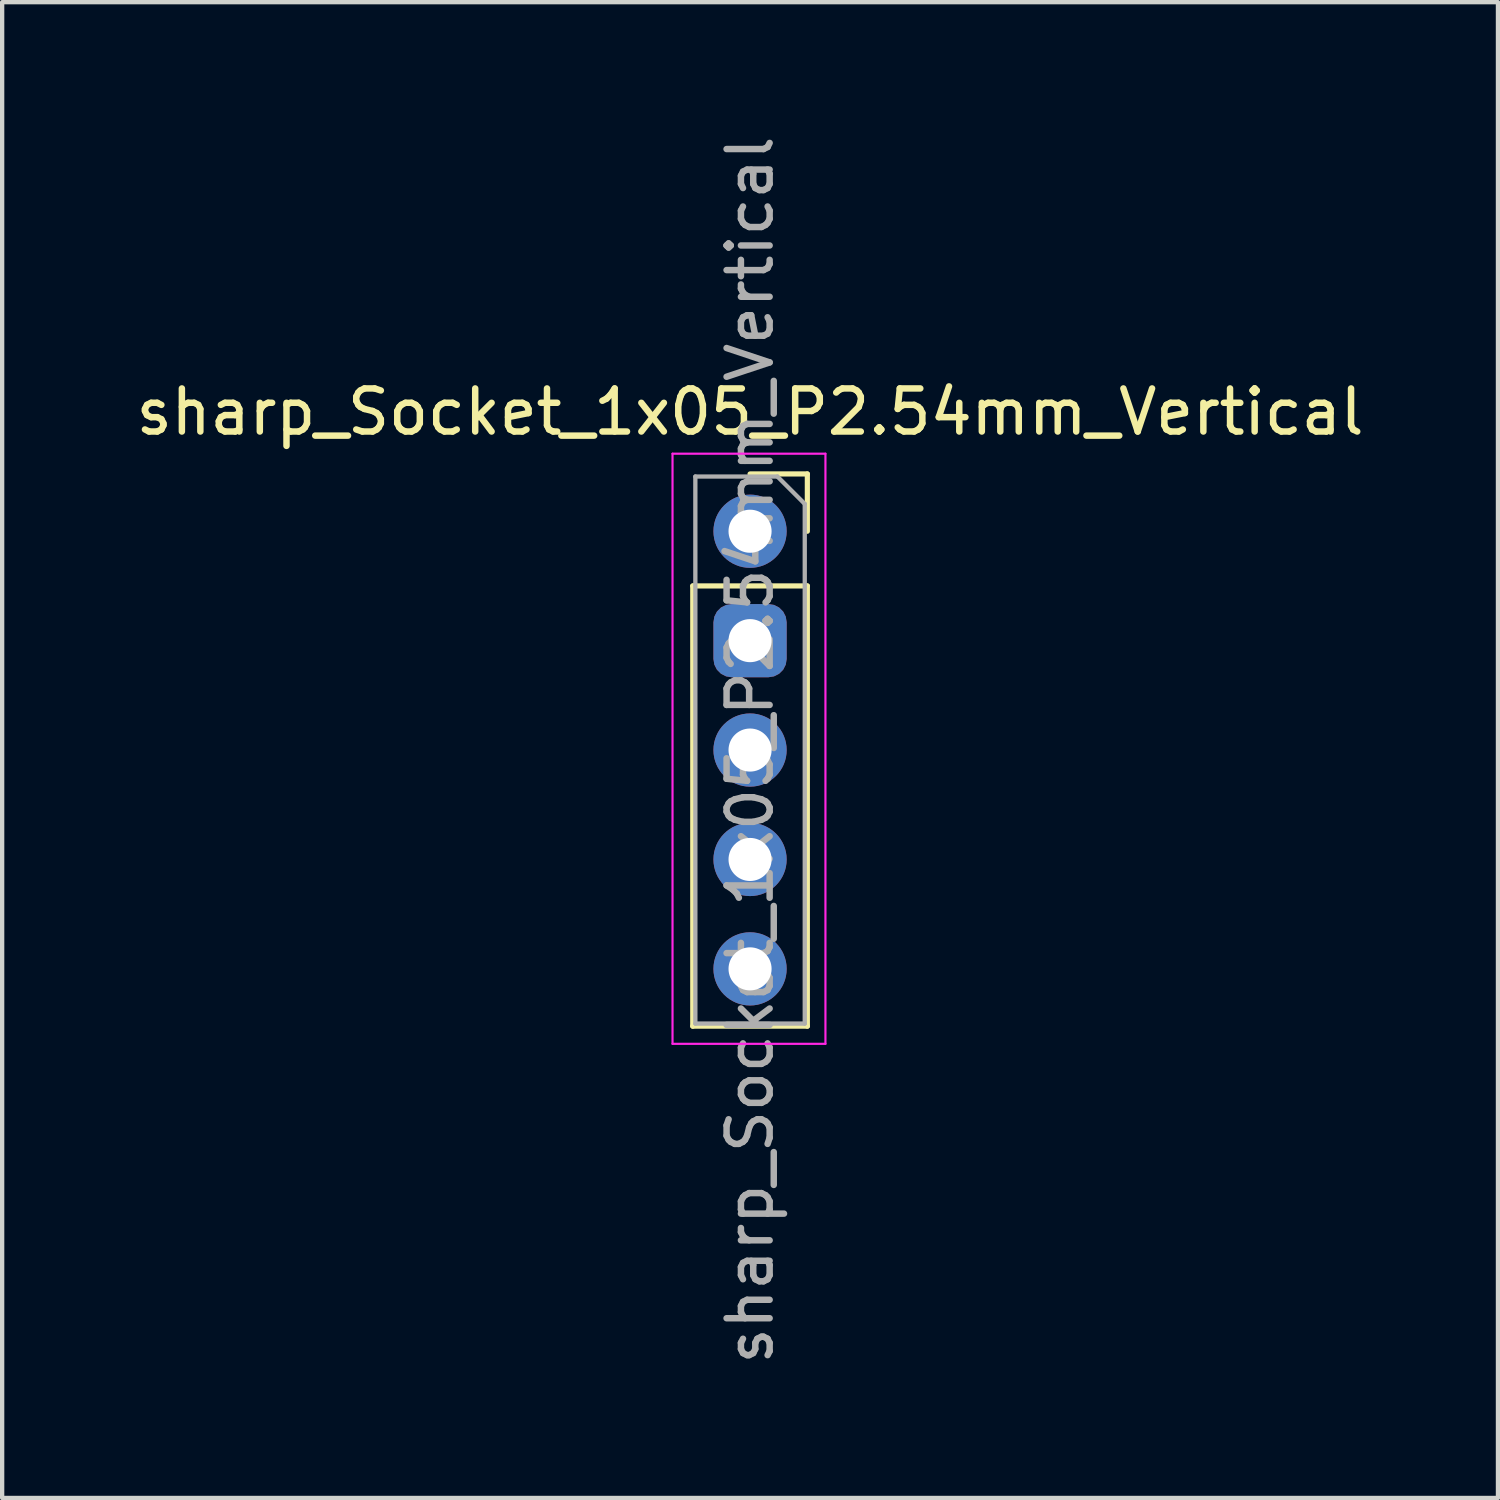
<source format=kicad_pcb>
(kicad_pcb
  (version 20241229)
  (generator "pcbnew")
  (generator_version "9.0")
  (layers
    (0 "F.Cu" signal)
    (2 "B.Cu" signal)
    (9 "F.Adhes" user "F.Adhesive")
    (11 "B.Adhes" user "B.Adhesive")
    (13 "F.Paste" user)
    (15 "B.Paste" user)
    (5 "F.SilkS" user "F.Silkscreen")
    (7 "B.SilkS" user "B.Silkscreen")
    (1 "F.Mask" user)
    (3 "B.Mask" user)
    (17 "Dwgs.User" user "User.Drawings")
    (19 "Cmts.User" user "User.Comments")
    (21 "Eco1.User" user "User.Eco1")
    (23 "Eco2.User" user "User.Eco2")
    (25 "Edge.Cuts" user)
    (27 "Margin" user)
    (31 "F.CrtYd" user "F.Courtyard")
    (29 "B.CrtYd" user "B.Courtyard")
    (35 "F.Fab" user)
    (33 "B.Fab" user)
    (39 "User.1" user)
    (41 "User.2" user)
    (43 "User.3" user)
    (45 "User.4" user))
  (footprint "sharp_Socket_1x05_P2.54mm_Vertical"
    (layer "F.Cu")
    (at 14.363 9.283)
    (property "Reference" "sharp_Socket_1x05_P2.54mm_Vertical" (at 0 -2.77 180) (layer "F.SilkS") (effects (font (size 1 1) (thickness 0.15))))
    (attr through_hole)
    (fp_line (start -1.33 1.27) (end -1.33 11.49) (stroke (width 0.12) (type solid)) (layer "F.SilkS"))
    (fp_line (start -1.33 1.27) (end 1.33 1.27) (stroke (width 0.12) (type solid)) (layer "F.SilkS"))
    (fp_line (start -1.33 11.49) (end 1.33 11.49) (stroke (width 0.12) (type solid)) (layer "F.SilkS"))
    (fp_line (start 0 -1.33) (end 1.33 -1.33) (stroke (width 0.12) (type solid)) (layer "F.SilkS"))
    (fp_line (start 1.33 -1.33) (end 1.33 0) (stroke (width 0.12) (type solid)) (layer "F.SilkS"))
    (fp_line (start 1.33 1.27) (end 1.33 11.49) (stroke (width 0.12) (type solid)) (layer "F.SilkS"))
    (fp_line (start -1.8 -1.8) (end 1.75 -1.8) (stroke (width 0.05) (type solid)) (layer "F.CrtYd"))
    (fp_line (start -1.8 11.9) (end -1.8 -1.8) (stroke (width 0.05) (type solid)) (layer "F.CrtYd"))
    (fp_line (start 1.75 -1.8) (end 1.75 11.9) (stroke (width 0.05) (type solid)) (layer "F.CrtYd"))
    (fp_line (start 1.75 11.9) (end -1.8 11.9) (stroke (width 0.05) (type solid)) (layer "F.CrtYd"))
    (fp_line (start -1.27 -1.27) (end 0.635 -1.27) (stroke (width 0.1) (type solid)) (layer "F.Fab"))
    (fp_line (start -1.27 11.43) (end -1.27 -1.27) (stroke (width 0.1) (type solid)) (layer "F.Fab"))
    (fp_line (start 0.635 -1.27) (end 1.27 -0.635) (stroke (width 0.1) (type solid)) (layer "F.Fab"))
    (fp_line (start 1.27 -0.635) (end 1.27 11.43) (stroke (width 0.1) (type solid)) (layer "F.Fab"))
    (fp_line (start 1.27 11.43) (end -1.27 11.43) (stroke (width 0.1) (type solid)) (layer "F.Fab"))
    (fp_text user "${REFERENCE}" (at 0 5.08 270) (layer "F.Fab") (effects (font (size 1 1) (thickness 0.15))))
    (pad "1" thru_hole circle (at 0 0) (size 1.7 1.7) (drill 1) (layers "*.Cu" "*.Mask"))
    (pad "2" thru_hole roundrect (at 0 2.54) (size 1.7 1.7) (drill 1) (layers "*.Cu" "*.Mask") (roundrect_rratio 0.25))
    (pad "3" thru_hole circle (at 0 5.08) (size 1.7 1.7) (drill 1) (layers "*.Cu" "*.Mask"))
    (pad "4" thru_hole circle (at 0 7.62) (size 1.7 1.7) (drill 1) (layers "*.Cu" "*.Mask"))
    (pad "5" thru_hole circle (at 0 10.16) (size 1.7 1.7) (drill 1) (layers "*.Cu" "*.Mask")))
  (gr_rect
    (start -3 -3)
    (end 31.726 31.726)
    (stroke (width 0.1) (type default))
    (fill no)
    (layer "Edge.Cuts")))
</source>
